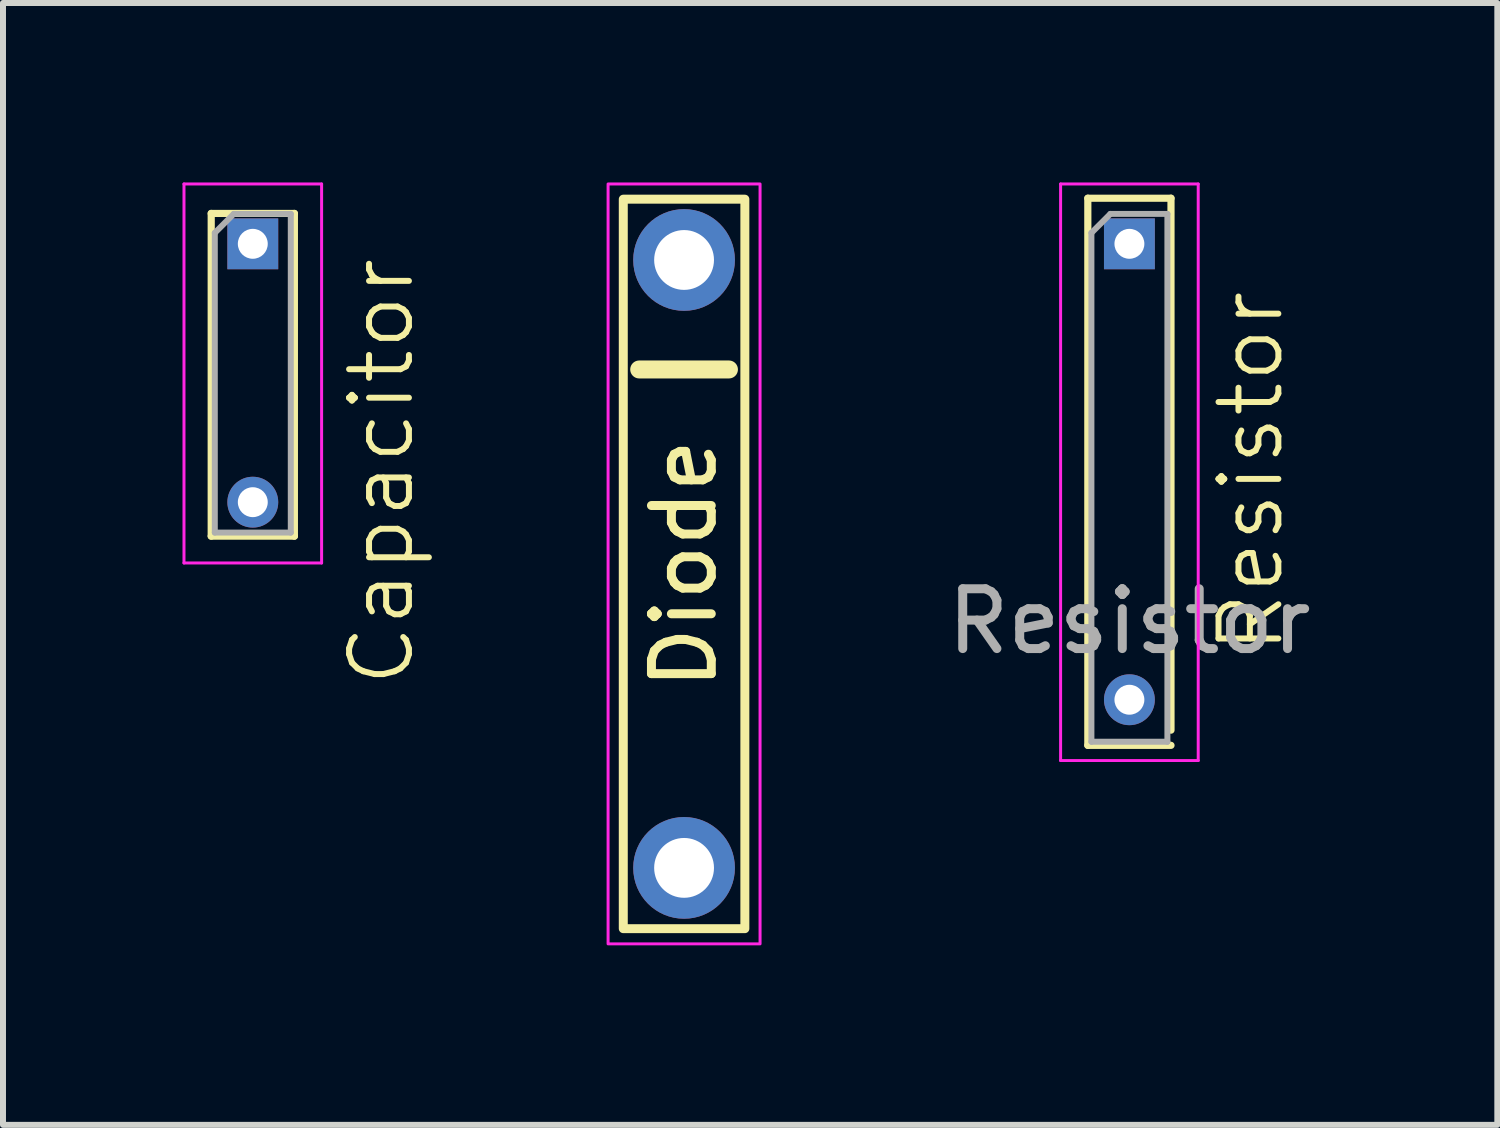
<source format=kicad_pcb>
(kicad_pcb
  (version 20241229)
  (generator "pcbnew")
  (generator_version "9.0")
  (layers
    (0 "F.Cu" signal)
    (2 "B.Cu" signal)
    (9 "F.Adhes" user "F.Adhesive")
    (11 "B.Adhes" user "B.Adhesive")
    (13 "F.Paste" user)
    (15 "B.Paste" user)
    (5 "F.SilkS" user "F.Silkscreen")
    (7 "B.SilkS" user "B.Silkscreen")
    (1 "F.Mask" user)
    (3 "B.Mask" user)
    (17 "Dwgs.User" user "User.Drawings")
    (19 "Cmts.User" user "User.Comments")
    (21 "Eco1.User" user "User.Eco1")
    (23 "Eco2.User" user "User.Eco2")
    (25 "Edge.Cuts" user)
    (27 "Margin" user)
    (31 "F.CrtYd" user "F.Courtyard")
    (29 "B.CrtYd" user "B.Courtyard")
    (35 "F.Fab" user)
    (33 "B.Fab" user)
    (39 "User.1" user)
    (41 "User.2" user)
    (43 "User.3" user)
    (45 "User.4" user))
  (footprint "Diode"
    (layer "F.Cu")
    (at 8.383 6.375)
    (property "Reference" "Diode" (at 0 0 90) (unlocked yes) (layer "F.SilkS") (effects (font (size 1 1) (thickness 0.15))))
    (attr smd)
    (fp_line (start -0.75 -3.25) (end 0.75 -3.25) (stroke (width 0.3) (type default)) (layer "F.SilkS"))
    (fp_rect (start -1.016 -6.096) (end 1.016 6.096) (stroke (width 0.15) (type default)) (fill no) (layer "F.SilkS"))
    (fp_rect (start -1.27 -6.35) (end 1.27 6.35) (stroke (width 0.05) (type default)) (fill no) (layer "F.CrtYd"))
    (pad "1" thru_hole circle (at 0 -5.08) (size 1.7 1.7) (drill 1) (layers "*.Cu" "*.Mask"))
    (pad "2" thru_hole circle (at 0 5.08) (size 1.7 1.7) (drill 1) (layers "*.Cu" "*.Mask")))
  (footprint "Resistor"
    (layer "F.Cu")
    (at 15.826 4.835)
    (property "Reference" "Resistor" (at 2.032 0 90) (unlocked yes) (layer "F.SilkS") (effects (font (size 1 1) (thickness 0.1))))
    (attr through_hole)
    (fp_line (start -0.695 -4.572) (end -0.695 4.572) (stroke (width 0.12) (type solid)) (layer "F.SilkS"))
    (fp_line (start -0.695 -4.572) (end 0.695 -4.572) (stroke (width 0.12) (type solid)) (layer "F.SilkS"))
    (fp_line (start -0.695 4.572) (end 0.695 4.572) (stroke (width 0.12) (type solid)) (layer "F.SilkS"))
    (fp_line (start 0.695 -4.572) (end 0.695 4.318) (stroke (width 0.12) (type solid)) (layer "F.SilkS"))
    (fp_line (start -1.15 -4.81) (end -1.15 4.826) (stroke (width 0.05) (type solid)) (layer "F.CrtYd"))
    (fp_line (start -1.15 4.826) (end 1.15 4.826) (stroke (width 0.05) (type solid)) (layer "F.CrtYd"))
    (fp_line (start 1.15 -4.81) (end -1.15 -4.81) (stroke (width 0.05) (type solid)) (layer "F.CrtYd"))
    (fp_line (start 1.15 4.826) (end 1.15 -4.81) (stroke (width 0.05) (type solid)) (layer "F.CrtYd"))
    (fp_line (start -0.635 -3.993) (end -0.318 -4.31) (stroke (width 0.1) (type solid)) (layer "F.Fab"))
    (fp_line (start -0.635 4.512) (end -0.635 -3.993) (stroke (width 0.1) (type solid)) (layer "F.Fab"))
    (fp_line (start -0.318 -4.31) (end 0.635 -4.31) (stroke (width 0.1) (type solid)) (layer "F.Fab"))
    (fp_line (start 0.635 -4.31) (end 0.635 4.512) (stroke (width 0.1) (type solid)) (layer "F.Fab"))
    (fp_line (start 0.635 4.512) (end -0.635 4.512) (stroke (width 0.1) (type solid)) (layer "F.Fab"))
    (fp_text user "${REFERENCE}" (at 0 2.5 0) (unlocked yes) (layer "F.Fab") (effects (font (size 1 1) (thickness 0.15))))
    (pad "1" thru_hole rect (at 0 -3.81) (size 0.85 0.85) (drill 0.5) (layers "*.Cu" "*.Mask"))
    (pad "2" thru_hole oval (at 0 3.81) (size 0.85 0.85) (drill 0.5) (layers "*.Cu" "*.Mask")))
  (footprint "Capacitor"
    (layer "F.Cu")
    (at 1.295 5.089)
    (property "Reference" "Capacitor" (at 2.032 -0.254 90) (unlocked yes) (layer "F.SilkS") (effects (font (size 1 1) (thickness 0.1))))
    (attr through_hole)
    (fp_line (start -0.815 -4.572) (end -0.815 0.822) (stroke (width 0.12) (type solid)) (layer "F.SilkS"))
    (fp_line (start -0.815 -4.572) (end 0.575 -4.572) (stroke (width 0.12) (type solid)) (layer "F.SilkS"))
    (fp_line (start -0.815 0.822) (end 0.575 0.822) (stroke (width 0.12) (type solid)) (layer "F.SilkS"))
    (fp_line (start 0.575 -4.572) (end 0.575 0.822) (stroke (width 0.12) (type solid)) (layer "F.SilkS"))
    (fp_line (start -1.27 -5.064) (end -1.27 1.27) (stroke (width 0.05) (type solid)) (layer "F.CrtYd"))
    (fp_line (start -1.27 1.27) (end 1.03 1.27) (stroke (width 0.05) (type solid)) (layer "F.CrtYd"))
    (fp_line (start 1.03 -5.064) (end -1.27 -5.064) (stroke (width 0.05) (type solid)) (layer "F.CrtYd"))
    (fp_line (start 1.03 1.27) (end 1.03 -5.064) (stroke (width 0.05) (type solid)) (layer "F.CrtYd"))
    (fp_line (start -0.755 -4.247) (end -0.438 -4.564) (stroke (width 0.1) (type solid)) (layer "F.Fab"))
    (fp_line (start -0.755 0.762) (end -0.755 -4.247) (stroke (width 0.1) (type solid)) (layer "F.Fab"))
    (fp_line (start -0.438 -4.564) (end 0.515 -4.564) (stroke (width 0.1) (type solid)) (layer "F.Fab"))
    (fp_line (start 0.515 -4.564) (end 0.515 0.762) (stroke (width 0.1) (type solid)) (layer "F.Fab"))
    (fp_line (start 0.515 0.762) (end -0.755 0.762) (stroke (width 0.1) (type solid)) (layer "F.Fab"))
    (pad "1" thru_hole rect (at -0.12 -4.064) (size 0.85 0.85) (drill 0.5) (layers "*.Cu" "*.Mask"))
    (pad "2" thru_hole oval (at -0.12 0.254) (size 0.85 0.85) (drill 0.5) (layers "*.Cu" "*.Mask")))
  (gr_rect
    (start -3 -3)
    (end 21.975 15.75)
    (stroke (width 0.1) (type default))
    (fill no)
    (layer "Edge.Cuts")))
</source>
